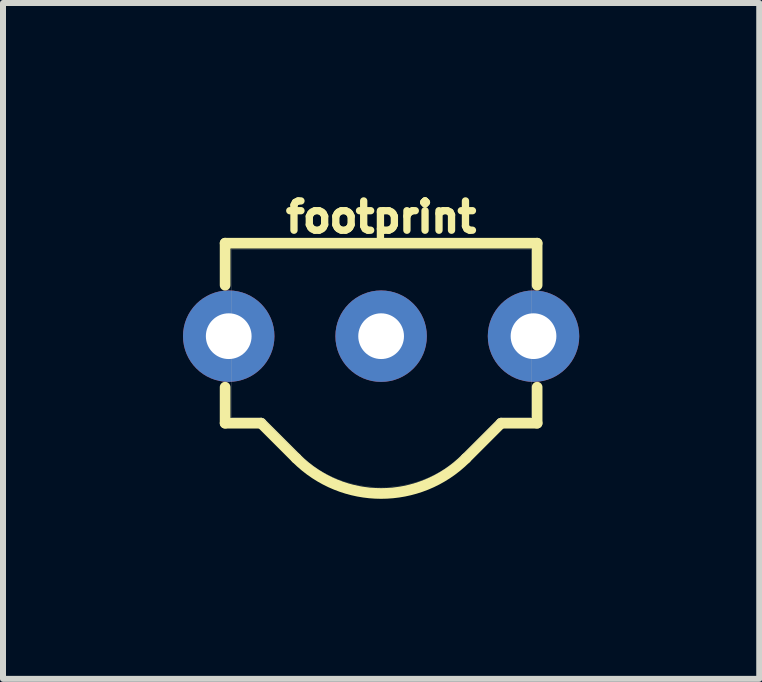
<source format=kicad_pcb>
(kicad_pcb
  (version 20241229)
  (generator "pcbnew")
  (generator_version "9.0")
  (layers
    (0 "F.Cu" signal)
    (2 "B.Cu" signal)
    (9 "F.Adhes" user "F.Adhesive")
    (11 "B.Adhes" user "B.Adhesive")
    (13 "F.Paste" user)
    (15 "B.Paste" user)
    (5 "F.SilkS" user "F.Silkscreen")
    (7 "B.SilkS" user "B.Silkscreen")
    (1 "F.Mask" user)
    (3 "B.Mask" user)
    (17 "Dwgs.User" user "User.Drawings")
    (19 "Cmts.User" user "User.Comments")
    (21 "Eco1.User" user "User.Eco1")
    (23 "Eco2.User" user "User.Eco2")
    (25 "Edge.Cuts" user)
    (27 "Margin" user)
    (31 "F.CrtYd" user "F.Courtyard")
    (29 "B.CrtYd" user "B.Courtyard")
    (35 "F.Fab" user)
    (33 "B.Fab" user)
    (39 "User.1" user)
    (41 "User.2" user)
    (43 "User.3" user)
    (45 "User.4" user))
  (footprint "footprint"
    (layer "F.Cu")
    (at 3.302 2.553)
    (property "Reference" "footprint" (at 0 -1.7 0) (layer "F.SilkS") (effects (font (size 0.488 0.488) (thickness 0.122)) (justify bottom)))
    (fp_line (start -2.6 -1.55) (end -2.6 -0.85) (stroke (width 0.178) (type solid)) (layer "F.SilkS"))
    (fp_line (start -2.6 -1.55) (end 2.6 -1.55) (stroke (width 0.178) (type solid)) (layer "F.SilkS"))
    (fp_line (start -2.6 0.85) (end -2.6 1.45) (stroke (width 0.178) (type solid)) (layer "F.SilkS"))
    (fp_line (start -2.6 1.45) (end -2 1.45) (stroke (width 0.178) (type solid)) (layer "F.SilkS"))
    (fp_line (start -1.414 2.036) (end -2 1.45) (stroke (width 0.178) (type solid)) (layer "F.SilkS"))
    (fp_line (start 2 1.45) (end 1.414 2.036) (stroke (width 0.178) (type solid)) (layer "F.SilkS"))
    (fp_line (start 2.6 -0.85) (end 2.6 -1.55) (stroke (width 0.178) (type solid)) (layer "F.SilkS"))
    (fp_line (start 2.6 1.45) (end 2 1.45) (stroke (width 0.178) (type solid)) (layer "F.SilkS"))
    (fp_line (start 2.6 1.45) (end 2.6 0.85) (stroke (width 0.178) (type solid)) (layer "F.SilkS"))
    (fp_arc (start 1.414212 2.035787) (mid -0.000001 2.621572) (end -1.414213 2.035786) (stroke (width 0.1778) (type solid)) (layer "F.SilkS"))
    (fp_line (start -2.5 -1.45) (end -2.5 1.35) (stroke (width 0.003) (type solid)) (layer "F.Fab"))
    (fp_line (start -2.5 -1.45) (end 2.5 -1.45) (stroke (width 0.003) (type solid)) (layer "F.Fab"))
    (fp_line (start -2.5 1.35) (end -2 1.35) (stroke (width 0.003) (type solid)) (layer "F.Fab"))
    (fp_line (start -1.414 1.936) (end -2 1.35) (stroke (width 0.003) (type solid)) (layer "F.Fab"))
    (fp_line (start 2 1.35) (end 1.414 1.936) (stroke (width 0.003) (type solid)) (layer "F.Fab"))
    (fp_line (start 2.5 -1.45) (end 2.5 1.35) (stroke (width 0.003) (type solid)) (layer "F.Fab"))
    (fp_line (start 2.5 1.35) (end 2 1.35) (stroke (width 0.003) (type solid)) (layer "F.Fab"))
    (fp_arc (start 1.414212 1.935787) (mid -0.000001 2.521572) (end -1.414213 1.935786) (stroke (width 0.00254) (type solid)) (layer "F.Fab"))
    (pad "1" thru_hole circle (at -2.54 0) (size 1.524 1.524) (drill 0.762) (layers "*.Cu" "*.Mask"))
    (pad "2" thru_hole circle (at 0 0) (size 1.524 1.524) (drill 0.762) (layers "*.Cu" "*.Mask"))
    (pad "3" thru_hole circle (at 2.54 0) (size 1.524 1.524) (drill 0.762) (layers "*.Cu" "*.Mask")))
  (gr_rect
    (start -3 -3)
    (end 9.604 8.264)
    (stroke (width 0.1) (type default))
    (fill no)
    (layer "Edge.Cuts")))
</source>
